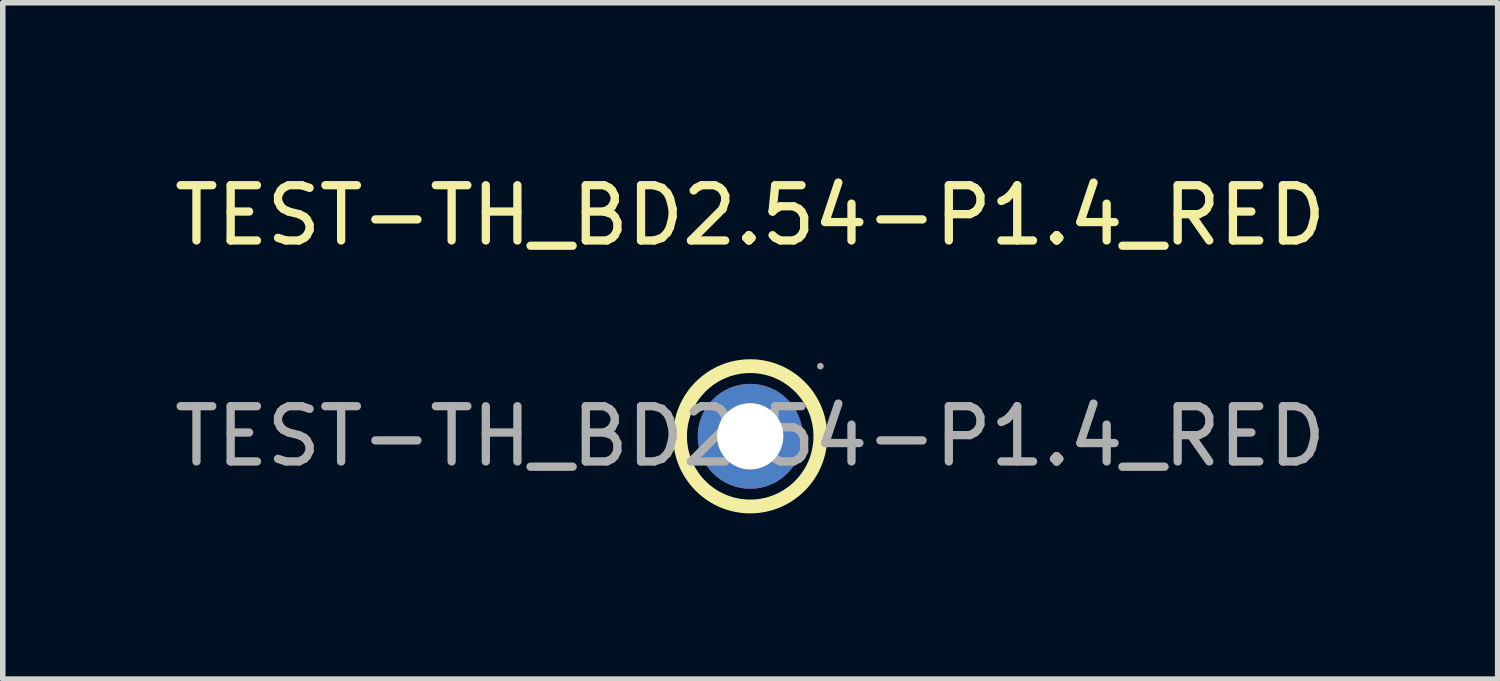
<source format=kicad_pcb>
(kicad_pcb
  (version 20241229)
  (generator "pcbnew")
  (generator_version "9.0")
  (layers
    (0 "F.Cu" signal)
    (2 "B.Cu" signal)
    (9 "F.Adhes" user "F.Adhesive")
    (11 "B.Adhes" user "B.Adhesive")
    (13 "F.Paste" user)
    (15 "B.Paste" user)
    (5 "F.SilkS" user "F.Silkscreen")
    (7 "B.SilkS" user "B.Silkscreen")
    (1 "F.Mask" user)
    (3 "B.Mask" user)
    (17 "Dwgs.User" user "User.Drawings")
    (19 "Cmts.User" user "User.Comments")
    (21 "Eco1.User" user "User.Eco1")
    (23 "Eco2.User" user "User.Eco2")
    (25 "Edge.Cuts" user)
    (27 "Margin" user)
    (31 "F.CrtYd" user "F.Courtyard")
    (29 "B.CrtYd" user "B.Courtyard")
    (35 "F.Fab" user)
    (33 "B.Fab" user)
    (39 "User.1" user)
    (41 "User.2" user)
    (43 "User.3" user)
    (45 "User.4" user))
  (footprint "TEST-TH_BD2.54-P1.4_RED"
    (layer "F.Cu")
    (at 10.53 4.848)
    (property "Reference" "TEST-TH_BD2.54-P1.4_RED" (at 0 -4 0) (layer "F.SilkS") (effects (font (size 1 1) (thickness 0.15))))
    (attr through_hole)
    (fp_circle (center 0 0) (end 1.27 0) (stroke (width 0.25) (type solid)) (fill no) (layer "F.SilkS"))
    (fp_circle (center 1.27 -1.27) (end 1.3 -1.27) (stroke (width 0.06) (type solid)) (fill no) (layer "F.Fab"))
    (fp_text user "${REFERENCE}" (at 0 0 0) (layer "F.Fab") (effects (font (size 1 1) (thickness 0.15))))
    (pad "1" thru_hole circle (at 0 0) (size 1.9 1.9) (drill 1.2) (layers "*.Cu" "*.Mask")))
  (gr_rect
    (start -3 -3)
    (end 24.06 9.243)
    (stroke (width 0.1) (type default))
    (fill no)
    (layer "Edge.Cuts")))
</source>
